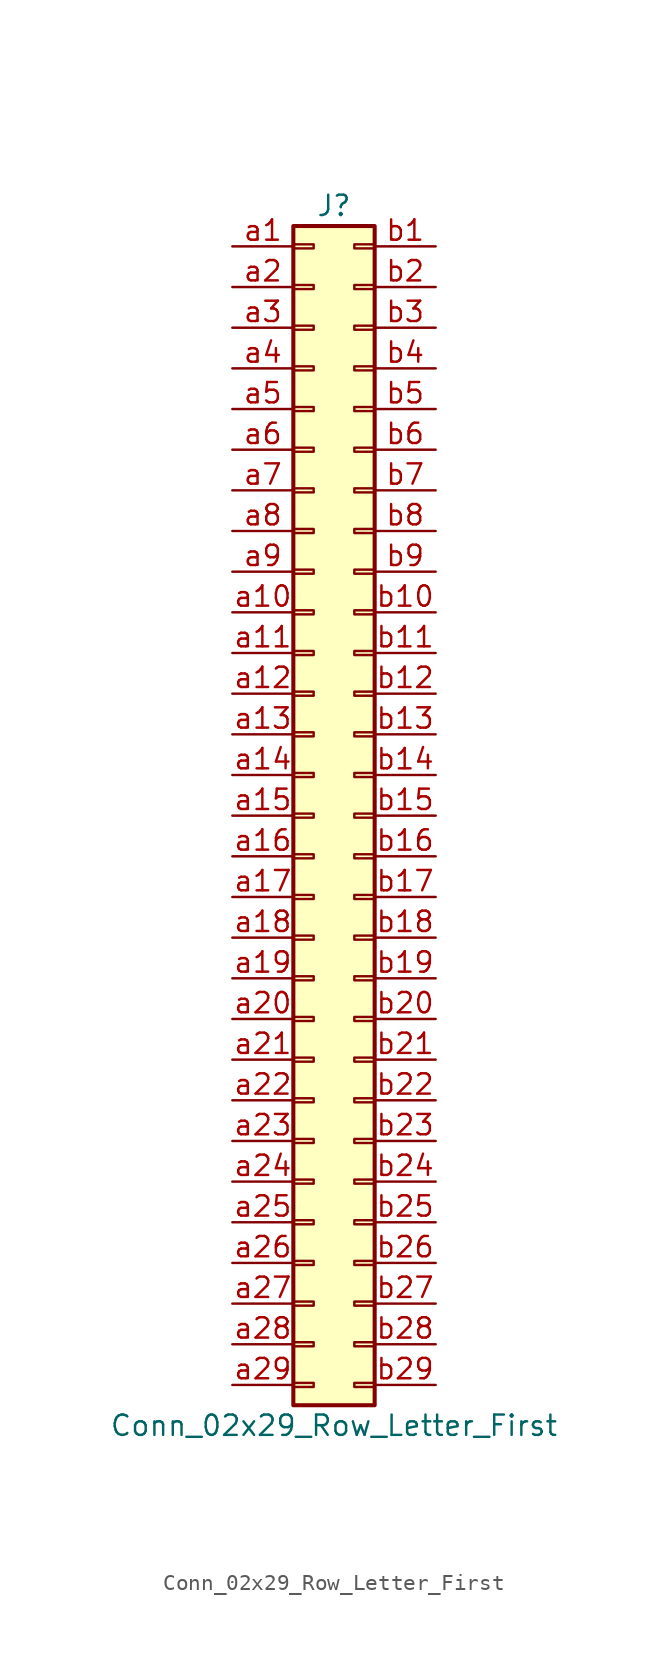
<source format=kicad_sym>
(kicad_symbol_lib
  (version 20201005)
  (generator kicad_symbol_editor)
  (symbol "Conn_02x29_Row_Letter_First"
    (pin_names
      (offset 1.016) hide)
    (property "Reference" "J"
      (at 1.27 38.1 0)
      (effects (font (size 1.27 1.27))))
    (property "Value" "Conn_02x29_Row_Letter_First"
      (at 1.27 -38.1 0)
      (effects (font (size 1.27 1.27))))
    (symbol "Conn_02x29_Row_Letter_First_1_1"
      (rectangle (start -1.27 -35.433) (end 0 -35.687) (stroke (width 0.152)) (fill (type none)))
      (rectangle (start -1.27 -32.893) (end 0 -33.147) (stroke (width 0.152)) (fill (type none)))
      (rectangle (start -1.27 -30.353) (end 0 -30.607) (stroke (width 0.152)) (fill (type none)))
      (rectangle (start -1.27 -27.813) (end 0 -28.067) (stroke (width 0.152)) (fill (type none)))
      (rectangle (start -1.27 -25.273) (end 0 -25.527) (stroke (width 0.152)) (fill (type none)))
      (rectangle (start -1.27 -22.733) (end 0 -22.987) (stroke (width 0.152)) (fill (type none)))
      (rectangle (start -1.27 -20.193) (end 0 -20.447) (stroke (width 0.152)) (fill (type none)))
      (rectangle (start -1.27 -17.653) (end 0 -17.907) (stroke (width 0.152)) (fill (type none)))
      (rectangle (start -1.27 -15.113) (end 0 -15.367) (stroke (width 0.152)) (fill (type none)))
      (rectangle (start -1.27 -12.573) (end 0 -12.827) (stroke (width 0.152)) (fill (type none)))
      (rectangle (start -1.27 -10.033) (end 0 -10.287) (stroke (width 0.152)) (fill (type none)))
      (rectangle (start -1.27 -7.493) (end 0 -7.747) (stroke (width 0.152)) (fill (type none)))
      (rectangle (start -1.27 -4.953) (end 0 -5.207) (stroke (width 0.152)) (fill (type none)))
      (rectangle (start -1.27 -2.413) (end 0 -2.667) (stroke (width 0.152)) (fill (type none)))
      (rectangle (start -1.27 0.127) (end 0 -0.127) (stroke (width 0.152)) (fill (type none)))
      (rectangle (start -1.27 2.667) (end 0 2.413) (stroke (width 0.152)) (fill (type none)))
      (rectangle (start -1.27 5.207) (end 0 4.953) (stroke (width 0.152)) (fill (type none)))
      (rectangle (start -1.27 7.747) (end 0 7.493) (stroke (width 0.152)) (fill (type none)))
      (rectangle (start -1.27 10.287) (end 0 10.033) (stroke (width 0.152)) (fill (type none)))
      (rectangle (start -1.27 12.827) (end 0 12.573) (stroke (width 0.152)) (fill (type none)))
      (rectangle (start -1.27 15.367) (end 0 15.113) (stroke (width 0.152)) (fill (type none)))
      (rectangle (start -1.27 17.907) (end 0 17.653) (stroke (width 0.152)) (fill (type none)))
      (rectangle (start -1.27 20.447) (end 0 20.193) (stroke (width 0.152)) (fill (type none)))
      (rectangle (start -1.27 22.987) (end 0 22.733) (stroke (width 0.152)) (fill (type none)))
      (rectangle (start -1.27 25.527) (end 0 25.273) (stroke (width 0.152)) (fill (type none)))
      (rectangle (start -1.27 28.067) (end 0 27.813) (stroke (width 0.152)) (fill (type none)))
      (rectangle (start -1.27 30.607) (end 0 30.353) (stroke (width 0.152)) (fill (type none)))
      (rectangle (start -1.27 33.147) (end 0 32.893) (stroke (width 0.152)) (fill (type none)))
      (rectangle (start -1.27 35.687) (end 0 35.433) (stroke (width 0.152)) (fill (type none)))
      (rectangle (start -1.27 36.83) (end 3.81 -36.83) (stroke (width 0.254)) (fill (type background)))
      (rectangle (start 3.81 -35.433) (end 2.54 -35.687) (stroke (width 0.152)) (fill (type none)))
      (rectangle (start 3.81 -32.893) (end 2.54 -33.147) (stroke (width 0.152)) (fill (type none)))
      (rectangle (start 3.81 -30.353) (end 2.54 -30.607) (stroke (width 0.152)) (fill (type none)))
      (rectangle (start 3.81 -27.813) (end 2.54 -28.067) (stroke (width 0.152)) (fill (type none)))
      (rectangle (start 3.81 -25.273) (end 2.54 -25.527) (stroke (width 0.152)) (fill (type none)))
      (rectangle (start 3.81 -22.733) (end 2.54 -22.987) (stroke (width 0.152)) (fill (type none)))
      (rectangle (start 3.81 -20.193) (end 2.54 -20.447) (stroke (width 0.152)) (fill (type none)))
      (rectangle (start 3.81 -17.653) (end 2.54 -17.907) (stroke (width 0.152)) (fill (type none)))
      (rectangle (start 3.81 -15.113) (end 2.54 -15.367) (stroke (width 0.152)) (fill (type none)))
      (rectangle (start 3.81 -12.573) (end 2.54 -12.827) (stroke (width 0.152)) (fill (type none)))
      (rectangle (start 3.81 -10.033) (end 2.54 -10.287) (stroke (width 0.152)) (fill (type none)))
      (rectangle (start 3.81 -7.493) (end 2.54 -7.747) (stroke (width 0.152)) (fill (type none)))
      (rectangle (start 3.81 -4.953) (end 2.54 -5.207) (stroke (width 0.152)) (fill (type none)))
      (rectangle (start 3.81 -2.413) (end 2.54 -2.667) (stroke (width 0.152)) (fill (type none)))
      (rectangle (start 3.81 0.127) (end 2.54 -0.127) (stroke (width 0.152)) (fill (type none)))
      (rectangle (start 3.81 2.667) (end 2.54 2.413) (stroke (width 0.152)) (fill (type none)))
      (rectangle (start 3.81 5.207) (end 2.54 4.953) (stroke (width 0.152)) (fill (type none)))
      (rectangle (start 3.81 7.747) (end 2.54 7.493) (stroke (width 0.152)) (fill (type none)))
      (rectangle (start 3.81 10.287) (end 2.54 10.033) (stroke (width 0.152)) (fill (type none)))
      (rectangle (start 3.81 12.827) (end 2.54 12.573) (stroke (width 0.152)) (fill (type none)))
      (rectangle (start 3.81 15.367) (end 2.54 15.113) (stroke (width 0.152)) (fill (type none)))
      (rectangle (start 3.81 17.907) (end 2.54 17.653) (stroke (width 0.152)) (fill (type none)))
      (rectangle (start 3.81 20.447) (end 2.54 20.193) (stroke (width 0.152)) (fill (type none)))
      (rectangle (start 3.81 22.987) (end 2.54 22.733) (stroke (width 0.152)) (fill (type none)))
      (rectangle (start 3.81 25.527) (end 2.54 25.273) (stroke (width 0.152)) (fill (type none)))
      (rectangle (start 3.81 28.067) (end 2.54 27.813) (stroke (width 0.152)) (fill (type none)))
      (rectangle (start 3.81 30.607) (end 2.54 30.353) (stroke (width 0.152)) (fill (type none)))
      (rectangle (start 3.81 33.147) (end 2.54 32.893) (stroke (width 0.152)) (fill (type none)))
      (rectangle (start 3.81 35.687) (end 2.54 35.433) (stroke (width 0.152)) (fill (type none)))
      (pin passive line (at -5.08 35.56 0) (length 3.81) (name "Pin_a1" (effects (font (size 1.27 1.27)))) (number "a1" (effects (font (size 1.27 1.27)))))
      (pin passive line (at -5.08 12.7 0) (length 3.81) (name "Pin_a10" (effects (font (size 1.27 1.27)))) (number "a10" (effects (font (size 1.27 1.27)))))
      (pin passive line (at -5.08 10.16 0) (length 3.81) (name "Pin_a11" (effects (font (size 1.27 1.27)))) (number "a11" (effects (font (size 1.27 1.27)))))
      (pin passive line (at -5.08 7.62 0) (length 3.81) (name "Pin_a12" (effects (font (size 1.27 1.27)))) (number "a12" (effects (font (size 1.27 1.27)))))
      (pin passive line (at -5.08 5.08 0) (length 3.81) (name "Pin_a13" (effects (font (size 1.27 1.27)))) (number "a13" (effects (font (size 1.27 1.27)))))
      (pin passive line (at -5.08 2.54 0) (length 3.81) (name "Pin_a14" (effects (font (size 1.27 1.27)))) (number "a14" (effects (font (size 1.27 1.27)))))
      (pin passive line (at -5.08 0 0) (length 3.81) (name "Pin_a15" (effects (font (size 1.27 1.27)))) (number "a15" (effects (font (size 1.27 1.27)))))
      (pin passive line (at -5.08 -2.54 0) (length 3.81) (name "Pin_a16" (effects (font (size 1.27 1.27)))) (number "a16" (effects (font (size 1.27 1.27)))))
      (pin passive line (at -5.08 -5.08 0) (length 3.81) (name "Pin_a17" (effects (font (size 1.27 1.27)))) (number "a17" (effects (font (size 1.27 1.27)))))
      (pin passive line (at -5.08 -7.62 0) (length 3.81) (name "Pin_a18" (effects (font (size 1.27 1.27)))) (number "a18" (effects (font (size 1.27 1.27)))))
      (pin passive line (at -5.08 -10.16 0) (length 3.81) (name "Pin_a19" (effects (font (size 1.27 1.27)))) (number "a19" (effects (font (size 1.27 1.27)))))
      (pin passive line (at -5.08 33.02 0) (length 3.81) (name "Pin_a2" (effects (font (size 1.27 1.27)))) (number "a2" (effects (font (size 1.27 1.27)))))
      (pin passive line (at -5.08 -12.7 0) (length 3.81) (name "Pin_a20" (effects (font (size 1.27 1.27)))) (number "a20" (effects (font (size 1.27 1.27)))))
      (pin passive line (at -5.08 -15.24 0) (length 3.81) (name "Pin_a21" (effects (font (size 1.27 1.27)))) (number "a21" (effects (font (size 1.27 1.27)))))
      (pin passive line (at -5.08 -17.78 0) (length 3.81) (name "Pin_a22" (effects (font (size 1.27 1.27)))) (number "a22" (effects (font (size 1.27 1.27)))))
      (pin passive line (at -5.08 -20.32 0) (length 3.81) (name "Pin_a23" (effects (font (size 1.27 1.27)))) (number "a23" (effects (font (size 1.27 1.27)))))
      (pin passive line (at -5.08 -22.86 0) (length 3.81) (name "Pin_a24" (effects (font (size 1.27 1.27)))) (number "a24" (effects (font (size 1.27 1.27)))))
      (pin passive line (at -5.08 -25.4 0) (length 3.81) (name "Pin_a25" (effects (font (size 1.27 1.27)))) (number "a25" (effects (font (size 1.27 1.27)))))
      (pin passive line (at -5.08 -27.94 0) (length 3.81) (name "Pin_a26" (effects (font (size 1.27 1.27)))) (number "a26" (effects (font (size 1.27 1.27)))))
      (pin passive line (at -5.08 -30.48 0) (length 3.81) (name "Pin_a27" (effects (font (size 1.27 1.27)))) (number "a27" (effects (font (size 1.27 1.27)))))
      (pin passive line (at -5.08 -33.02 0) (length 3.81) (name "Pin_a28" (effects (font (size 1.27 1.27)))) (number "a28" (effects (font (size 1.27 1.27)))))
      (pin passive line (at -5.08 -35.56 0) (length 3.81) (name "Pin_a29" (effects (font (size 1.27 1.27)))) (number "a29" (effects (font (size 1.27 1.27)))))
      (pin passive line (at -5.08 30.48 0) (length 3.81) (name "Pin_a3" (effects (font (size 1.27 1.27)))) (number "a3" (effects (font (size 1.27 1.27)))))
      (pin passive line (at -5.08 27.94 0) (length 3.81) (name "Pin_a4" (effects (font (size 1.27 1.27)))) (number "a4" (effects (font (size 1.27 1.27)))))
      (pin passive line (at -5.08 25.4 0) (length 3.81) (name "Pin_a5" (effects (font (size 1.27 1.27)))) (number "a5" (effects (font (size 1.27 1.27)))))
      (pin passive line (at -5.08 22.86 0) (length 3.81) (name "Pin_a6" (effects (font (size 1.27 1.27)))) (number "a6" (effects (font (size 1.27 1.27)))))
      (pin passive line (at -5.08 20.32 0) (length 3.81) (name "Pin_a7" (effects (font (size 1.27 1.27)))) (number "a7" (effects (font (size 1.27 1.27)))))
      (pin passive line (at -5.08 17.78 0) (length 3.81) (name "Pin_a8" (effects (font (size 1.27 1.27)))) (number "a8" (effects (font (size 1.27 1.27)))))
      (pin passive line (at -5.08 15.24 0) (length 3.81) (name "Pin_a9" (effects (font (size 1.27 1.27)))) (number "a9" (effects (font (size 1.27 1.27)))))
      (pin passive line (at 7.62 35.56 180) (length 3.81) (name "Pin_b1" (effects (font (size 1.27 1.27)))) (number "b1" (effects (font (size 1.27 1.27)))))
      (pin passive line (at 7.62 12.7 180) (length 3.81) (name "Pin_b10" (effects (font (size 1.27 1.27)))) (number "b10" (effects (font (size 1.27 1.27)))))
      (pin passive line (at 7.62 10.16 180) (length 3.81) (name "Pin_b11" (effects (font (size 1.27 1.27)))) (number "b11" (effects (font (size 1.27 1.27)))))
      (pin passive line (at 7.62 7.62 180) (length 3.81) (name "Pin_b12" (effects (font (size 1.27 1.27)))) (number "b12" (effects (font (size 1.27 1.27)))))
      (pin passive line (at 7.62 5.08 180) (length 3.81) (name "Pin_b13" (effects (font (size 1.27 1.27)))) (number "b13" (effects (font (size 1.27 1.27)))))
      (pin passive line (at 7.62 2.54 180) (length 3.81) (name "Pin_b14" (effects (font (size 1.27 1.27)))) (number "b14" (effects (font (size 1.27 1.27)))))
      (pin passive line (at 7.62 0 180) (length 3.81) (name "Pin_b15" (effects (font (size 1.27 1.27)))) (number "b15" (effects (font (size 1.27 1.27)))))
      (pin passive line (at 7.62 -2.54 180) (length 3.81) (name "Pin_b16" (effects (font (size 1.27 1.27)))) (number "b16" (effects (font (size 1.27 1.27)))))
      (pin passive line (at 7.62 -5.08 180) (length 3.81) (name "Pin_b17" (effects (font (size 1.27 1.27)))) (number "b17" (effects (font (size 1.27 1.27)))))
      (pin passive line (at 7.62 -7.62 180) (length 3.81) (name "Pin_b18" (effects (font (size 1.27 1.27)))) (number "b18" (effects (font (size 1.27 1.27)))))
      (pin passive line (at 7.62 -10.16 180) (length 3.81) (name "Pin_b19" (effects (font (size 1.27 1.27)))) (number "b19" (effects (font (size 1.27 1.27)))))
      (pin passive line (at 7.62 33.02 180) (length 3.81) (name "Pin_b2" (effects (font (size 1.27 1.27)))) (number "b2" (effects (font (size 1.27 1.27)))))
      (pin passive line (at 7.62 -12.7 180) (length 3.81) (name "Pin_b20" (effects (font (size 1.27 1.27)))) (number "b20" (effects (font (size 1.27 1.27)))))
      (pin passive line (at 7.62 -15.24 180) (length 3.81) (name "Pin_b21" (effects (font (size 1.27 1.27)))) (number "b21" (effects (font (size 1.27 1.27)))))
      (pin passive line (at 7.62 -17.78 180) (length 3.81) (name "Pin_b22" (effects (font (size 1.27 1.27)))) (number "b22" (effects (font (size 1.27 1.27)))))
      (pin passive line (at 7.62 -20.32 180) (length 3.81) (name "Pin_b23" (effects (font (size 1.27 1.27)))) (number "b23" (effects (font (size 1.27 1.27)))))
      (pin passive line (at 7.62 -22.86 180) (length 3.81) (name "Pin_b24" (effects (font (size 1.27 1.27)))) (number "b24" (effects (font (size 1.27 1.27)))))
      (pin passive line (at 7.62 -25.4 180) (length 3.81) (name "Pin_b25" (effects (font (size 1.27 1.27)))) (number "b25" (effects (font (size 1.27 1.27)))))
      (pin passive line (at 7.62 -27.94 180) (length 3.81) (name "Pin_b26" (effects (font (size 1.27 1.27)))) (number "b26" (effects (font (size 1.27 1.27)))))
      (pin passive line (at 7.62 -30.48 180) (length 3.81) (name "Pin_b27" (effects (font (size 1.27 1.27)))) (number "b27" (effects (font (size 1.27 1.27)))))
      (pin passive line (at 7.62 -33.02 180) (length 3.81) (name "Pin_b28" (effects (font (size 1.27 1.27)))) (number "b28" (effects (font (size 1.27 1.27)))))
      (pin passive line (at 7.62 -35.56 180) (length 3.81) (name "Pin_b29" (effects (font (size 1.27 1.27)))) (number "b29" (effects (font (size 1.27 1.27)))))
      (pin passive line (at 7.62 30.48 180) (length 3.81) (name "Pin_b3" (effects (font (size 1.27 1.27)))) (number "b3" (effects (font (size 1.27 1.27)))))
      (pin passive line (at 7.62 27.94 180) (length 3.81) (name "Pin_b4" (effects (font (size 1.27 1.27)))) (number "b4" (effects (font (size 1.27 1.27)))))
      (pin passive line (at 7.62 25.4 180) (length 3.81) (name "Pin_b5" (effects (font (size 1.27 1.27)))) (number "b5" (effects (font (size 1.27 1.27)))))
      (pin passive line (at 7.62 22.86 180) (length 3.81) (name "Pin_b6" (effects (font (size 1.27 1.27)))) (number "b6" (effects (font (size 1.27 1.27)))))
      (pin passive line (at 7.62 20.32 180) (length 3.81) (name "Pin_b7" (effects (font (size 1.27 1.27)))) (number "b7" (effects (font (size 1.27 1.27)))))
      (pin passive line (at 7.62 17.78 180) (length 3.81) (name "Pin_b8" (effects (font (size 1.27 1.27)))) (number "b8" (effects (font (size 1.27 1.27)))))
      (pin passive line (at 7.62 15.24 180) (length 3.81) (name "Pin_b9" (effects (font (size 1.27 1.27)))) (number "b9" (effects (font (size 1.27 1.27))))))))
</source>
